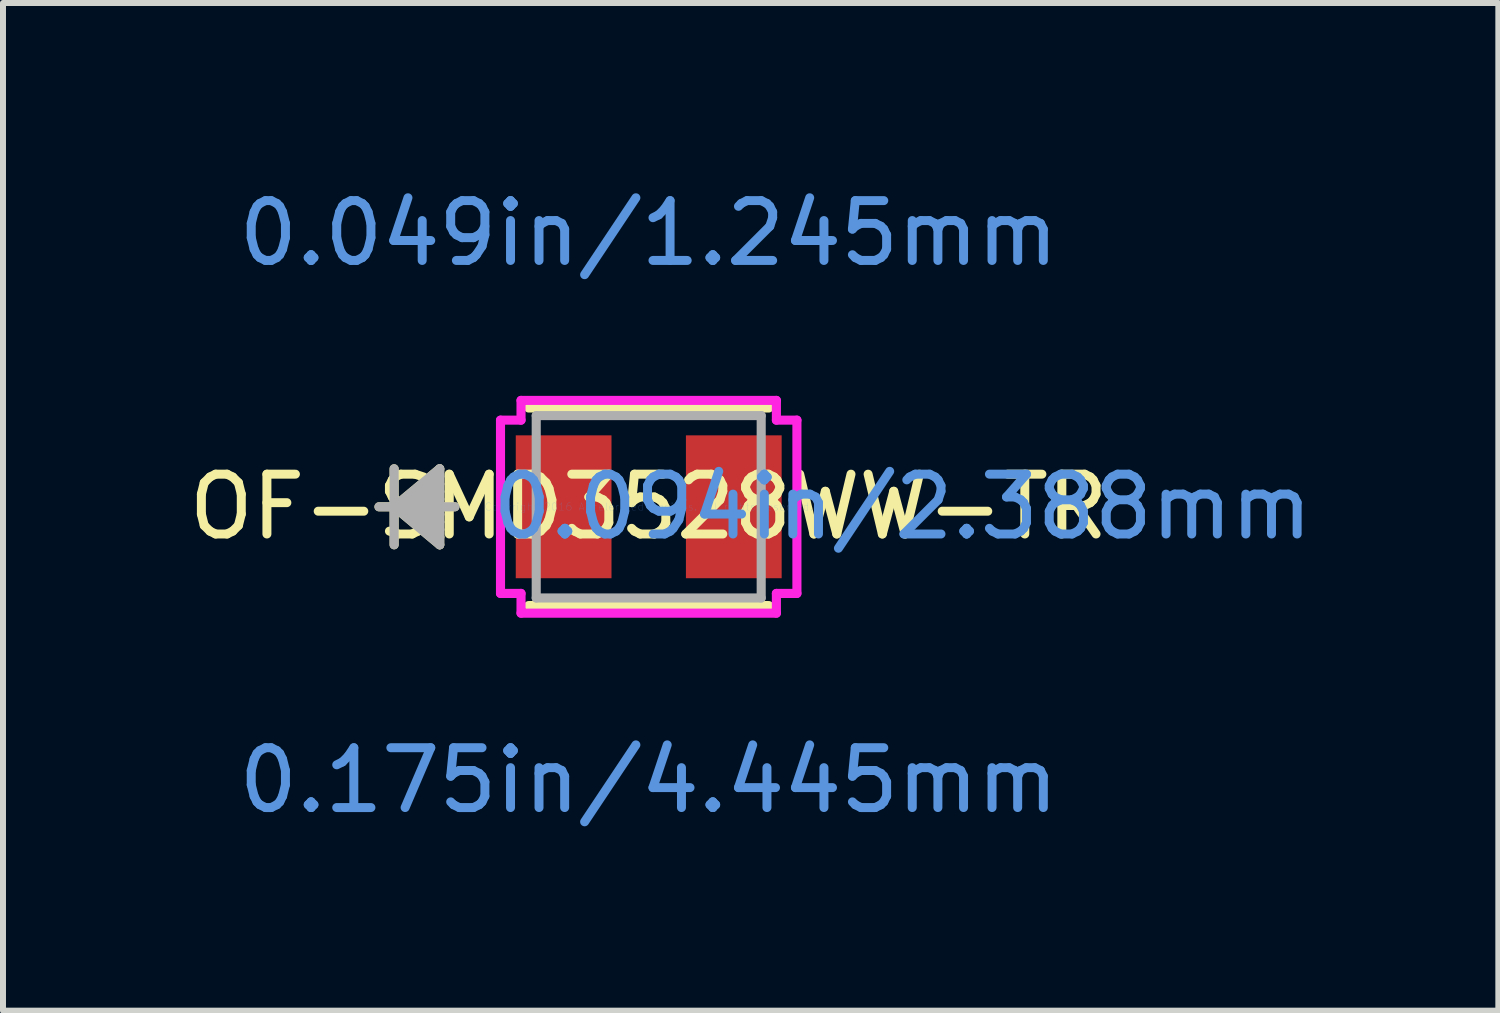
<source format=kicad_pcb>
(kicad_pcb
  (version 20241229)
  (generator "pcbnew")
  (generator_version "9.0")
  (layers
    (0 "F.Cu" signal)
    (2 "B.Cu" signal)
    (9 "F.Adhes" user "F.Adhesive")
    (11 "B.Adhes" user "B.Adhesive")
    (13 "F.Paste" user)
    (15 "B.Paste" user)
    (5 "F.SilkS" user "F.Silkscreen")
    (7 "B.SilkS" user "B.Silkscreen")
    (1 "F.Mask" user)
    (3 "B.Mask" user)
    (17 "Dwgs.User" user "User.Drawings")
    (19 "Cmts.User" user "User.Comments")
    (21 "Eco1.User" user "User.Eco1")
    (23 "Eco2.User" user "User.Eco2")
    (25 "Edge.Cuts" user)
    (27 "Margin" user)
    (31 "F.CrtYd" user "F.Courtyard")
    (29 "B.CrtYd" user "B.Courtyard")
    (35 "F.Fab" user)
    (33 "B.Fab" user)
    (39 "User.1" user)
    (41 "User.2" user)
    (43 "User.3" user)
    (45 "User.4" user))
  (footprint "OF-SMD3528WW-TR"
    (layer "F.Cu")
    (at 7.792 5.42)
    (property "Reference" "OF-SMD3528WW-TR" (at 0 0 0) (layer "F.SilkS") (effects (font (size 1 1) (thickness 0.15))))
    (attr through_hole)
    (fp_line (start -4.255 -0.635) (end -4.255 0.635) (stroke (width 0.152) (type solid)) (layer "F.SilkS"))
    (fp_line (start -4.255 0) (end -3.493 -0.635) (stroke (width 0.152) (type solid)) (layer "F.SilkS"))
    (fp_line (start -4.255 0) (end -3.493 -0.508) (stroke (width 0.152) (type solid)) (layer "F.SilkS"))
    (fp_line (start -4.255 0) (end -3.493 -0.381) (stroke (width 0.152) (type solid)) (layer "F.SilkS"))
    (fp_line (start -4.255 0) (end -3.493 -0.254) (stroke (width 0.152) (type solid)) (layer "F.SilkS"))
    (fp_line (start -4.255 0) (end -3.493 -0.127) (stroke (width 0.152) (type solid)) (layer "F.SilkS"))
    (fp_line (start -4.255 0) (end -3.493 0.127) (stroke (width 0.152) (type solid)) (layer "F.SilkS"))
    (fp_line (start -4.255 0) (end -3.493 0.254) (stroke (width 0.152) (type solid)) (layer "F.SilkS"))
    (fp_line (start -4.255 0) (end -3.493 0.381) (stroke (width 0.152) (type solid)) (layer "F.SilkS"))
    (fp_line (start -4.255 0) (end -3.493 0.508) (stroke (width 0.152) (type solid)) (layer "F.SilkS"))
    (fp_line (start -4.255 0) (end -3.493 0.635) (stroke (width 0.152) (type solid)) (layer "F.SilkS"))
    (fp_line (start -3.493 -0.635) (end -3.493 0.635) (stroke (width 0.152) (type solid)) (layer "F.SilkS"))
    (fp_line (start -3.239 0) (end -4.508 0) (stroke (width 0.152) (type solid)) (layer "F.SilkS"))
    (fp_line (start -2.007 1.651) (end 2.007 1.651) (stroke (width 0.152) (type solid)) (layer "F.SilkS"))
    (fp_line (start 2.007 -1.651) (end -2.007 -1.651) (stroke (width 0.152) (type solid)) (layer "F.SilkS"))
    (fp_line (start -2.477 -1.448) (end -2.134 -1.448) (stroke (width 0.152) (type solid)) (layer "F.CrtYd"))
    (fp_line (start -2.477 1.448) (end -2.477 -1.448) (stroke (width 0.152) (type solid)) (layer "F.CrtYd"))
    (fp_line (start -2.134 -1.778) (end 2.134 -1.778) (stroke (width 0.152) (type solid)) (layer "F.CrtYd"))
    (fp_line (start -2.134 -1.448) (end -2.134 -1.778) (stroke (width 0.152) (type solid)) (layer "F.CrtYd"))
    (fp_line (start -2.134 1.448) (end -2.477 1.448) (stroke (width 0.152) (type solid)) (layer "F.CrtYd"))
    (fp_line (start -2.134 1.778) (end -2.134 1.448) (stroke (width 0.152) (type solid)) (layer "F.CrtYd"))
    (fp_line (start 2.134 -1.778) (end 2.134 -1.448) (stroke (width 0.152) (type solid)) (layer "F.CrtYd"))
    (fp_line (start 2.134 -1.448) (end 2.477 -1.448) (stroke (width 0.152) (type solid)) (layer "F.CrtYd"))
    (fp_line (start 2.134 1.448) (end 2.134 1.778) (stroke (width 0.152) (type solid)) (layer "F.CrtYd"))
    (fp_line (start 2.134 1.778) (end -2.134 1.778) (stroke (width 0.152) (type solid)) (layer "F.CrtYd"))
    (fp_line (start 2.477 -1.448) (end 2.477 1.448) (stroke (width 0.152) (type solid)) (layer "F.CrtYd"))
    (fp_line (start 2.477 1.448) (end 2.134 1.448) (stroke (width 0.152) (type solid)) (layer "F.CrtYd"))
    (fp_line (start -4.255 -0.635) (end -4.255 0.635) (stroke (width 0.152) (type solid)) (layer "F.Fab"))
    (fp_line (start -4.255 0) (end -3.493 -0.635) (stroke (width 0.152) (type solid)) (layer "F.Fab"))
    (fp_line (start -4.255 0) (end -3.493 -0.508) (stroke (width 0.152) (type solid)) (layer "F.Fab"))
    (fp_line (start -4.255 0) (end -3.493 -0.381) (stroke (width 0.152) (type solid)) (layer "F.Fab"))
    (fp_line (start -4.255 0) (end -3.493 -0.254) (stroke (width 0.152) (type solid)) (layer "F.Fab"))
    (fp_line (start -4.255 0) (end -3.493 -0.127) (stroke (width 0.152) (type solid)) (layer "F.Fab"))
    (fp_line (start -4.255 0) (end -3.493 0.127) (stroke (width 0.152) (type solid)) (layer "F.Fab"))
    (fp_line (start -4.255 0) (end -3.493 0.254) (stroke (width 0.152) (type solid)) (layer "F.Fab"))
    (fp_line (start -4.255 0) (end -3.493 0.381) (stroke (width 0.152) (type solid)) (layer "F.Fab"))
    (fp_line (start -4.255 0) (end -3.493 0.508) (stroke (width 0.152) (type solid)) (layer "F.Fab"))
    (fp_line (start -4.255 0) (end -3.493 0.635) (stroke (width 0.152) (type solid)) (layer "F.Fab"))
    (fp_line (start -3.493 -0.635) (end -3.493 0.635) (stroke (width 0.152) (type solid)) (layer "F.Fab"))
    (fp_line (start -3.239 0) (end -4.508 0) (stroke (width 0.152) (type solid)) (layer "F.Fab"))
    (fp_line (start -1.88 -1.524) (end -1.88 1.524) (stroke (width 0.152) (type solid)) (layer "F.Fab"))
    (fp_line (start -1.88 1.524) (end 1.88 1.524) (stroke (width 0.152) (type solid)) (layer "F.Fab"))
    (fp_line (start 1.88 -1.524) (end -1.88 -1.524) (stroke (width 0.152) (type solid)) (layer "F.Fab"))
    (fp_line (start 1.88 1.524) (end 1.88 -1.524) (stroke (width 0.152) (type solid)) (layer "F.Fab"))
    (fp_text user "0.049in/1.245mm" (at 0 -4.572 0) (layer "Cmts.User") (effects (font (size 1 1) (thickness 0.15))))
    (fp_text user "0.175in/4.445mm" (at 0 4.572 0) (layer "Cmts.User") (effects (font (size 1 1) (thickness 0.15))))
    (fp_text user "0.094in/2.388mm" (at 4.242 0 0) (layer "Cmts.User") (effects (font (size 1 1) (thickness 0.15))))
    (fp_text user "Copyright 2016 Accelerated Designs. All rights reserved." (at 0 0 0) (layer "Cmts.User") (effects (font (size 0.127 0.127) (thickness 0.002))))
    (pad "1" smd rect (at -1.422 0) (size 1.6 2.388) (layers "F.Cu" "F.Mask" "F.Paste"))
    (pad "2" smd rect (at 1.422 0) (size 1.6 2.388) (layers "F.Cu" "F.Mask" "F.Paste")))
  (gr_rect
    (start -3 -3)
    (end 21.992 13.841)
    (stroke (width 0.1) (type default))
    (fill no)
    (layer "Edge.Cuts")))
</source>
